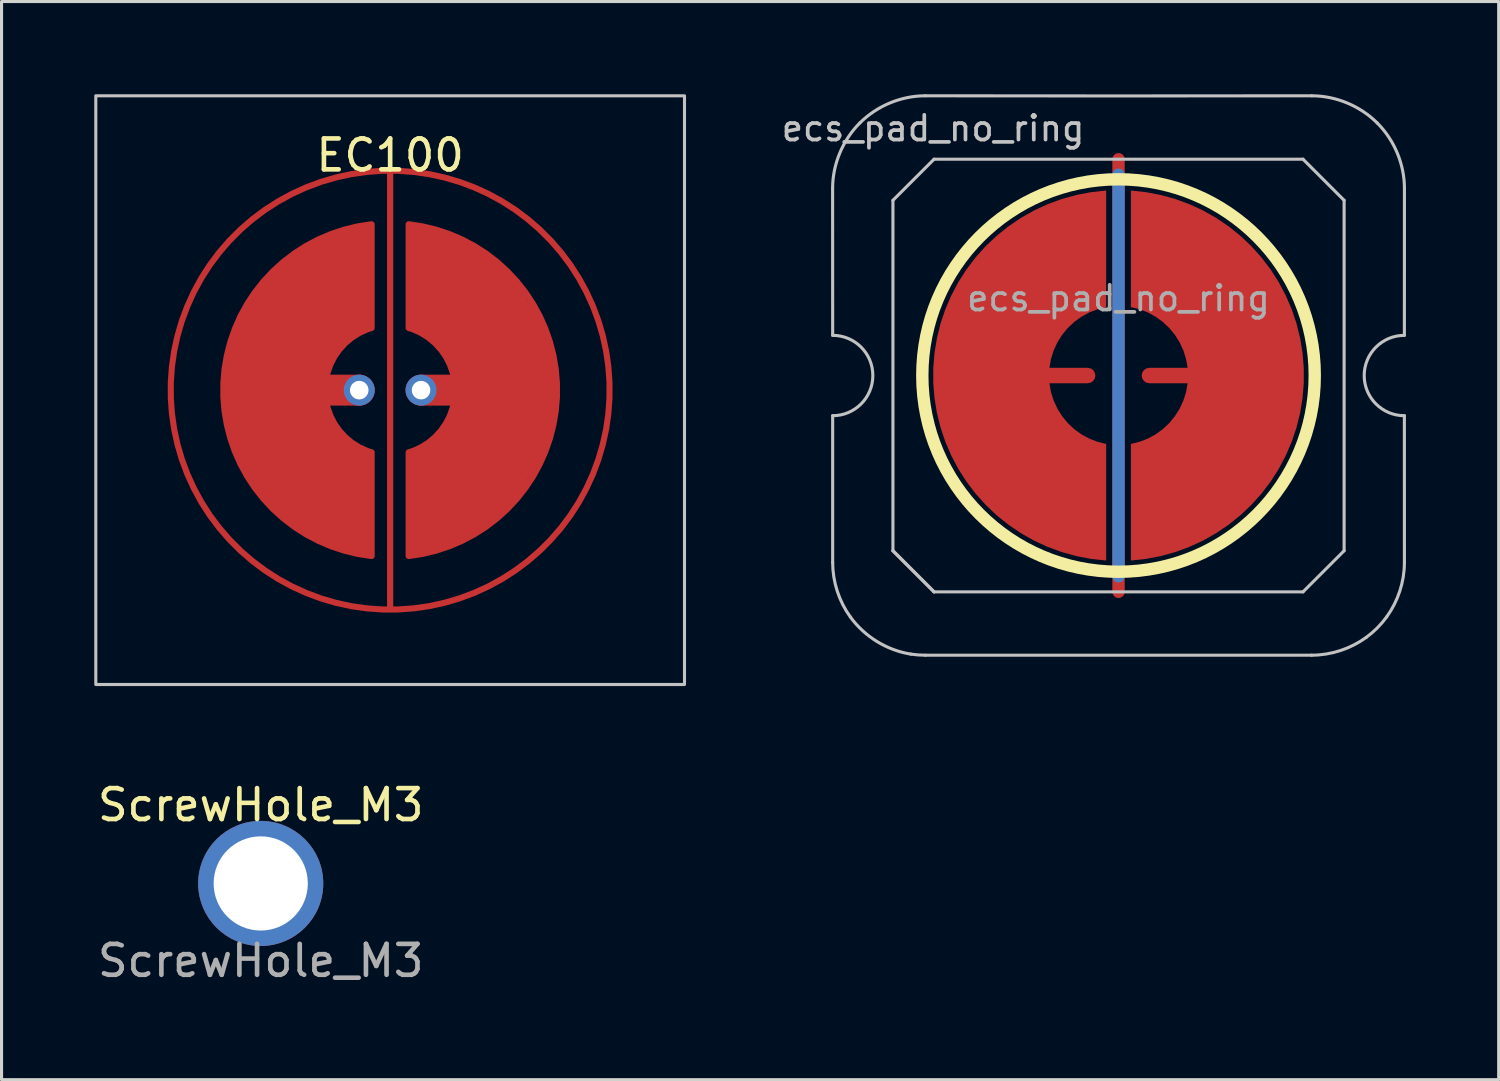
<source format=kicad_pcb>
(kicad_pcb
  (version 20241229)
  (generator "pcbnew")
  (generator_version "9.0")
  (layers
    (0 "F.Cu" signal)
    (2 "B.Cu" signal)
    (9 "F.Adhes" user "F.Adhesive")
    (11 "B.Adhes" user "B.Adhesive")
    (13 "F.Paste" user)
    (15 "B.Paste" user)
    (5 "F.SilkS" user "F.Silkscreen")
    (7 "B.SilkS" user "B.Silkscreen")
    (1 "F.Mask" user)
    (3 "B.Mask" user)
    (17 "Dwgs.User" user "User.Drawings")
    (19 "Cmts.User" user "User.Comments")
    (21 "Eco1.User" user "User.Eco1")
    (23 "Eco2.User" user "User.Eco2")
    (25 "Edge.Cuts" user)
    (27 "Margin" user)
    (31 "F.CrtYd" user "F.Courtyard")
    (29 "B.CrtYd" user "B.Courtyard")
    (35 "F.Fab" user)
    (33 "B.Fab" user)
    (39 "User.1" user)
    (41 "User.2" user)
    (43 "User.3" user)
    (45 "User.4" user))
  (footprint "EC100"
    (layer "F.Cu")
    (at 9.575 9.575)
    (property "Reference" "EC100" (at 0 -7.6 0) (layer "F.SilkS") (effects (font (size 1 1) (thickness 0.15))))
    (attr through_hole)
    (fp_rect (start -9.525 -9.525) (end 9.525 9.525) (stroke (width 0.1) (type solid)) (fill no) (layer "Dwgs.User"))
    (pad "" smd circle (at -1 0) (size 0.55 0.55) (layers "F.Mask"))
    (pad "" smd circle (at 1 0) (size 0.55 0.55) (layers "F.Mask"))
    (pad "1" smd custom (at 0 0 90) (size 0.2 0.2) (layers "F.Cu") (options (anchor circle)) (primitives (gr_line (start 7.1 0) (end -7.1 0) (width 0.2)) (gr_circle (center 0 0) (end 7.1 0) (width 0.2) (fill no))))
    (pad "2" smd custom (at -4.1 0) (size 0.2 0.2) (layers "F.Cu") (options (anchor circle)) (primitives (gr_poly (pts (xy 3.1 5.3) (xy 2.1 5) (xy 1.1 4.5) (xy 0.1 3.6) (xy -0.9 2) (xy -1.2 1) (xy -1.3 0) (xy -1.2 -1) (xy -0.9 -2) (xy 0.1 -3.6) (xy 1.1 -4.5) (xy 2.1 -5) (xy 3.1 -5.3) (xy 3.5 -5.367) (xy 3.5 -2.012) (xy 3.1 -1.8) (xy 2.2 -1) (xy 2 0) (xy 2.2 1) (xy 3.1 1.8) (xy 3.5 2.012) (xy 3.5 5.367)) (width 0) (fill yes)) (gr_line (start 3.1 0) (end 0.6 0) (width 1)) (gr_line (start 3.5 2.012) (end 3.5 5.367) (width 0.2)) (gr_line (start 3.5 -2.012) (end 3.5 -5.367) (width 0.2)) (gr_arc (start 3.5 5.366562) (mid -1.299999 0.001944) (end 3.496136 -5.366129) (width 0.2)) (gr_arc (start 3.5 2.01246) (mid 2.000002 0.001775) (end 3.496598 -2.011443) (width 0.2))))
    (pad "2" thru_hole circle (at -1 0) (size 1 1) (drill 0.6) (layers "*.Cu" "B.Mask"))
    (pad "3" thru_hole circle (at 1 0) (size 1 1) (drill 0.6) (layers "*.Cu" "B.Mask"))
    (pad "3" smd custom (at 4.1 0) (size 0.2 0.2) (layers "F.Cu") (options (anchor circle)) (primitives (gr_poly (pts (xy -3.1 -5.3) (xy -2.1 -5) (xy -1.1 -4.5) (xy -0.1 -3.6) (xy 0.9 -2) (xy 1.2 -1) (xy 1.3 0) (xy 1.2 1) (xy 0.9 2) (xy -0.1 3.6) (xy -1.1 4.5) (xy -2.1 5) (xy -3.5 5.367) (xy -3.5 2.012) (xy -3.1 1.8) (xy -2.2 1) (xy -2 0) (xy -2.2 -1) (xy -3.1 -1.8) (xy -3.5 -2.012) (xy -3.5 -5.367)) (width 0) (fill yes)) (gr_line (start -3.5 -2.012) (end -3.5 -5.367) (width 0.2)) (gr_arc (start -3.5 -2.01246) (mid -2.000002 -0.001775) (end -3.496598 2.011443) (width 0.2)) (gr_arc (start -3.5 -5.366562) (mid 1.299999 -0.001944) (end -3.496136 5.366129) (width 0.2)) (gr_line (start -3.5 2.012) (end -3.5 5.367) (width 0.2)) (gr_line (start -0.6 0) (end -3.1 0) (width 1))))
    (zone (net_name "") (layer "F.Cu") (hatch edge 0.508) (connect_pads) (min_thickness 0.254) (filled_areas_thickness no) (keepout (tracks allowed) (vias allowed) (pads allowed) (copperpour not_allowed) (footprints allowed)) (placement (enabled no)) (fill) (polygon (pts (xy 10.575 2.575) (xy 11.575 2.775) (xy 12.575 3.175) (xy 13.575 3.675) (xy 14.575 4.575) (xy 15.475 5.575) (xy 15.975 6.575) (xy 16.375 7.575) (xy 16.575 8.575) (xy 16.675 9.575) (xy 16.575 10.575) (xy 16.375 11.575) (xy 15.975 12.575) (xy 15.575 13.375) (xy 14.575 14.675) (xy 13.575 15.475) (xy 12.575 16.075) (xy 11.575 16.375) (xy 10.575 16.575) (xy 9.575 16.675) (xy 8.575 16.575) (xy 7.575 16.375) (xy 6.575 15.975) (xy 5.575 15.475) (xy 4.575 14.575) (xy 3.675 13.575) (xy 3.175 12.575) (xy 2.775 11.575) (xy 2.575 10.575) (xy 2.475 9.575) (xy 2.575 8.575) (xy 2.775 7.675) (xy 3.175 6.575) (xy 3.675 5.575) (xy 4.475 4.575) (xy 5.575 3.675) (xy 6.575 3.175) (xy 7.575 2.775) (xy 8.575 2.575) (xy 9.575 2.475)))))
  (footprint "ecs_pad_no_ring"
    (layer "F.Cu")
    (at 33.145 9.102)
    (property "Reference" "ecs_pad_no_ring" (at -6 -8 0) (layer "Dwgs.User") (effects (font (size 0.8 0.8) (thickness 0.12))))
    (attr smd exclude_from_pos_files exclude_from_bom)
    (fp_circle (center 0 0) (end 6.35 0) (stroke (width 0.4) (type solid)) (fill no) (layer "F.SilkS"))
    (fp_line (start -9.252 -6.05) (end -9.25 -1.3) (stroke (width 0.1) (type solid)) (layer "Dwgs.User"))
    (fp_line (start -9.25 1.3) (end -9.25 6.049) (stroke (width 0.1) (type solid)) (layer "Dwgs.User"))
    (fp_line (start -7.3 -5.67) (end -5.97 -7) (stroke (width 0.1) (type solid)) (layer "Dwgs.User"))
    (fp_line (start -7.3 5.67) (end -7.3 -5.67) (stroke (width 0.1) (type solid)) (layer "Dwgs.User"))
    (fp_line (start -7.3 5.67) (end -5.97 7) (stroke (width 0.1) (type solid)) (layer "Dwgs.User"))
    (fp_line (start -5.97 -7) (end 5.97 -7) (stroke (width 0.1) (type solid)) (layer "Dwgs.User"))
    (fp_line (start -5.97 7) (end -7.3 5.67) (stroke (width 0.1) (type solid)) (layer "Dwgs.User"))
    (fp_line (start 5.97 -7) (end 7.3 -5.67) (stroke (width 0.1) (type solid)) (layer "Dwgs.User"))
    (fp_line (start 5.97 7) (end -5.97 7) (stroke (width 0.1) (type solid)) (layer "Dwgs.User"))
    (fp_line (start 7.3 -5.67) (end 7.3 5.67) (stroke (width 0.1) (type solid)) (layer "Dwgs.User"))
    (fp_line (start 7.3 5.67) (end 5.97 7) (stroke (width 0.1) (type solid)) (layer "Dwgs.User"))
    (fp_line (start 9.25 1.3) (end 9.251 6.049) (stroke (width 0.1) (type solid)) (layer "Dwgs.User"))
    (fp_line (start 9.252 -6.05) (end 9.25 -1.3) (stroke (width 0.1) (type solid)) (layer "Dwgs.User"))
    (fp_arc (start -9.25 -1.3) (mid -7.95 0) (end -9.25 1.3) (stroke (width 0.1) (type solid)) (layer "Dwgs.User"))
    (fp_arc (start 9.25 1.3) (mid 7.95 0) (end 9.25 -1.3) (stroke (width 0.1) (type solid)) (layer "Dwgs.User"))
    (fp_curve (pts (xy -9.25 6.049) (xy -9.25 6.677) (xy -9.046 7.307) (xy -8.677 7.814)) (stroke (width 0.1) (type solid)) (layer "Dwgs.User"))
    (fp_curve (pts (xy -8.677 7.814) (xy -8.215 8.449) (xy -7.496 8.893) (xy -6.72 9.015)) (stroke (width 0.1) (type solid)) (layer "Dwgs.User"))
    (fp_curve (pts (xy -8.372 -8.172) (xy -8.926 -7.618) (xy -9.254 -6.836) (xy -9.252 -6.05)) (stroke (width 0.1) (type solid)) (layer "Dwgs.User"))
    (fp_curve (pts (xy -6.72 9.015) (xy -6.564 9.039) (xy -6.407 9.05) (xy -6.25 9.05)) (stroke (width 0.1) (type solid)) (layer "Dwgs.User"))
    (fp_curve (pts (xy -6.25 9.05) (xy -2.118 9.052) (xy 2.117 9.05) (xy 6.25 9.05)) (stroke (width 0.1) (type solid)) (layer "Dwgs.User"))
    (fp_curve (pts (xy -6.25 -9.052) (xy -7.035 -9.053) (xy -7.817 -8.726) (xy -8.372 -8.172)) (stroke (width 0.1) (type solid)) (layer "Dwgs.User"))
    (fp_curve (pts (xy 6.25 -9.052) (xy 2.116 -9.046) (xy -2.116 -9.046) (xy -6.25 -9.052)) (stroke (width 0.1) (type solid)) (layer "Dwgs.User"))
    (fp_curve (pts (xy 6.25 9.05) (xy 6.878 9.05) (xy 7.504 8.844) (xy 8.013 8.476)) (stroke (width 0.1) (type solid)) (layer "Dwgs.User"))
    (fp_curve (pts (xy 8.013 8.476) (xy 8.267 8.291) (xy 8.492 8.066) (xy 8.676 7.812)) (stroke (width 0.1) (type solid)) (layer "Dwgs.User"))
    (fp_curve (pts (xy 8.372 -8.172) (xy 7.817 -8.726) (xy 7.035 -9.053) (xy 6.25 -9.052)) (stroke (width 0.1) (type solid)) (layer "Dwgs.User"))
    (fp_curve (pts (xy 8.676 7.812) (xy 9.045 7.303) (xy 9.251 6.678) (xy 9.251 6.049)) (stroke (width 0.1) (type solid)) (layer "Dwgs.User"))
    (fp_curve (pts (xy 9.252 -6.05) (xy 9.254 -6.836) (xy 8.926 -7.618) (xy 8.372 -8.172)) (stroke (width 0.1) (type solid)) (layer "Dwgs.User"))
    (fp_text user "${REFERENCE}" (at 0 -2.5 0) (layer "F.Fab") (effects (font (size 0.8 0.8) (thickness 0.12))))
    (pad "1" smd custom (at -1 0) (size 0.4 0.4) (layers "F.Cu") (options (anchor circle)) (primitives (gr_poly (pts (xy 0.6 -2.214) (xy 0.32 -2.145) (xy 0.052 -2.041) (xy -0.201 -1.903) (xy -0.434 -1.734) (xy -0.644 -1.536) (xy -0.826 -1.314) (xy -0.979 -1.07) (xy -1.1 -0.808) (xy -1.186 -0.534) (xy -1.236 -0.25) (xy 0 -0.25) (xy 0.096 -0.231) (xy 0.177 -0.177) (xy 0.231 -0.096) (xy 0.25 0) (xy 0.231 0.096) (xy 0.177 0.177) (xy 0.096 0.231) (xy 0 0.25) (xy -1.236 0.25) (xy -1.186 0.534) (xy -1.1 0.808) (xy -0.979 1.07) (xy -0.826 1.314) (xy -0.644 1.536) (xy -0.434 1.734) (xy -0.201 1.903) (xy 0.052 2.041) (xy 0.32 2.145) (xy 0.6 2.214) (xy 0.6 5.987) (xy 0.115 5.934) (xy -0.364 5.843) (xy -0.834 5.713) (xy -1.292 5.545) (xy -1.735 5.341) (xy -2.159 5.101) (xy -2.563 4.827) (xy -2.943 4.522) (xy -3.298 4.187) (xy -3.623 3.824) (xy -3.919 3.436) (xy -4.182 3.025) (xy -4.41 2.594) (xy -4.603 2.147) (xy -4.759 1.684) (xy -4.876 1.211) (xy -4.955 0.73) (xy -4.995 0.244) (xy -4.995 -0.244) (xy -4.955 -0.73) (xy -4.876 -1.211) (xy -4.759 -1.684) (xy -4.603 -2.147) (xy -4.41 -2.594) (xy -4.182 -3.025) (xy -3.919 -3.436) (xy -3.623 -3.824) (xy -3.298 -4.187) (xy -2.943 -4.522) (xy -2.563 -4.827) (xy -2.159 -5.101) (xy -1.735 -5.341) (xy -1.292 -5.545) (xy -0.834 -5.713) (xy -0.364 -5.843) (xy 0.115 -5.934) (xy 0.6 -5.987)) (width 0) (fill yes))))
    (pad "2" smd custom (at 1 0 180) (size 0.4 0.4) (layers "F.Cu") (options (anchor circle)) (primitives (gr_poly (pts (xy 0.6 -2.214) (xy 0.32 -2.145) (xy 0.052 -2.041) (xy -0.201 -1.903) (xy -0.434 -1.734) (xy -0.644 -1.536) (xy -0.826 -1.314) (xy -0.979 -1.07) (xy -1.1 -0.808) (xy -1.186 -0.534) (xy -1.236 -0.25) (xy 0 -0.25) (xy 0.096 -0.231) (xy 0.177 -0.177) (xy 0.231 -0.096) (xy 0.25 0) (xy 0.231 0.096) (xy 0.177 0.177) (xy 0.096 0.231) (xy 0 0.25) (xy -1.236 0.25) (xy -1.186 0.534) (xy -1.1 0.808) (xy -0.979 1.07) (xy -0.826 1.314) (xy -0.644 1.536) (xy -0.434 1.734) (xy -0.201 1.903) (xy 0.052 2.041) (xy 0.32 2.145) (xy 0.6 2.214) (xy 0.6 5.987) (xy 0.115 5.934) (xy -0.364 5.843) (xy -0.834 5.713) (xy -1.292 5.545) (xy -1.735 5.341) (xy -2.159 5.101) (xy -2.563 4.827) (xy -2.943 4.522) (xy -3.298 4.187) (xy -3.623 3.824) (xy -3.919 3.436) (xy -4.182 3.025) (xy -4.41 2.594) (xy -4.603 2.147) (xy -4.759 1.684) (xy -4.876 1.211) (xy -4.955 0.73) (xy -4.995 0.244) (xy -4.995 -0.244) (xy -4.955 -0.73) (xy -4.876 -1.211) (xy -4.759 -1.684) (xy -4.603 -2.147) (xy -4.41 -2.594) (xy -4.182 -3.025) (xy -3.919 -3.436) (xy -3.623 -3.824) (xy -3.298 -4.187) (xy -2.943 -4.522) (xy -2.563 -4.827) (xy -2.159 -5.101) (xy -1.735 -5.341) (xy -1.292 -5.545) (xy -0.834 -5.713) (xy -0.364 -5.843) (xy 0.115 -5.934) (xy 0.6 -5.987)) (width 0) (fill yes))))
    (pad "3" smd custom (at 0 0) (size 0.4 0.4) (layers "F.Cu") (options (anchor rect)) (primitives (gr_line (start 0 -7) (end 0 7) (width 0.4))))
    (pad "3" smd custom (at 0 0) (size 0.4 0.4) (layers "B.Cu") (options (anchor rect)) (primitives (gr_line (start 0 -6.5) (end 0 6.5) (width 0.4))))
    (zone (net_name "") (layer "F.Cu") (hatch edge 0.508) (connect_pads) (min_thickness 0.254) (filled_areas_thickness no) (keepout (tracks allowed) (vias allowed) (pads allowed) (copperpour not_allowed) (footprints allowed)) (placement (enabled no)) (fill) (polygon (pts (xy 40.15 9.102) (xy 40.131 8.589) (xy 40.075 8.078) (xy 39.981 7.574) (xy 39.851 7.077) (xy 39.685 6.591) (xy 39.483 6.119) (xy 39.248 5.663) (xy 38.98 5.225) (xy 38.68 4.808) (xy 38.351 4.415) (xy 37.994 4.046) (xy 37.61 3.704) (xy 37.203 3.392) (xy 36.774 3.11) (xy 36.325 2.86) (xy 35.86 2.644) (xy 35.38 2.463) (xy 34.887 2.317) (xy 34.386 2.208) (xy 33.877 2.135) (xy 33.365 2.1) (xy 32.852 2.103) (xy 32.34 2.143) (xy 31.833 2.221) (xy 31.332 2.335) (xy 30.842 2.486) (xy 30.363 2.673) (xy 29.9 2.894) (xy 29.454 3.148) (xy 29.028 3.435) (xy 28.624 3.751) (xy 28.244 4.097) (xy 27.891 4.469) (xy 27.566 4.867) (xy 27.27 5.287) (xy 27.007 5.727) (xy 26.776 6.186) (xy 26.58 6.66) (xy 26.418 7.147) (xy 26.293 7.645) (xy 26.205 8.151) (xy 26.154 8.662) (xy 26.141 9.175) (xy 26.165 9.688) (xy 26.227 10.198) (xy 26.325 10.701) (xy 26.461 11.196) (xy 26.632 11.68) (xy 26.839 12.15) (xy 27.079 12.604) (xy 27.352 13.039) (xy 27.656 13.453) (xy 27.989 13.843) (xy 28.35 14.208) (xy 28.737 14.546) (xy 29.147 14.854) (xy 29.579 15.131) (xy 30.031 15.376) (xy 30.498 15.587) (xy 30.981 15.764) (xy 31.474 15.904) (xy 31.977 16.009) (xy 32.486 16.076) (xy 32.999 16.105) (xy 33.512 16.097) (xy 34.023 16.051) (xy 34.53 15.968) (xy 35.029 15.849) (xy 35.518 15.692) (xy 35.994 15.501) (xy 36.455 15.275) (xy 36.899 15.016) (xy 37.322 14.725) (xy 37.722 14.404) (xy 38.098 14.055) (xy 38.448 13.679) (xy 38.769 13.278) (xy 39.06 12.855) (xy 39.319 12.412) (xy 39.545 11.951) (xy 39.736 11.475) (xy 39.892 10.985) (xy 40.012 10.486) (xy 40.095 9.98) (xy 40.141 9.468))))
    (zone (net_name "") (layer "B.Cu") (hatch edge 0.508) (connect_pads) (min_thickness 0.254) (filled_areas_thickness no) (keepout (tracks allowed) (vias allowed) (pads allowed) (copperpour not_allowed) (footprints allowed)) (placement (enabled no)) (fill) (polygon (pts (xy 39.703 9.102) (xy 39.683 8.587) (xy 39.623 8.076) (xy 39.522 7.571) (xy 39.383 7.075) (xy 39.204 6.592) (xy 38.989 6.124) (xy 38.737 5.675) (xy 38.451 5.247) (xy 38.132 4.842) (xy 37.783 4.464) (xy 37.404 4.115) (xy 37 3.796) (xy 36.572 3.51) (xy 36.123 3.258) (xy 35.655 3.043) (xy 35.172 2.864) (xy 34.676 2.725) (xy 34.171 2.624) (xy 33.66 2.564) (xy 33.145 2.543) (xy 32.631 2.564) (xy 32.119 2.624) (xy 31.614 2.725) (xy 31.119 2.864) (xy 30.636 3.043) (xy 30.168 3.258) (xy 29.719 3.51) (xy 29.29 3.796) (xy 28.886 4.115) (xy 28.508 4.464) (xy 28.158 4.842) (xy 27.839 5.247) (xy 27.553 5.675) (xy 27.302 6.124) (xy 27.086 6.592) (xy 26.908 7.075) (xy 26.768 7.571) (xy 26.668 8.076) (xy 26.607 8.587) (xy 26.587 9.102) (xy 26.607 9.616) (xy 26.668 10.128) (xy 26.768 10.633) (xy 26.908 11.128) (xy 27.086 11.611) (xy 27.302 12.079) (xy 27.553 12.528) (xy 27.839 12.957) (xy 28.158 13.361) (xy 28.508 13.739) (xy 28.886 14.089) (xy 29.29 14.407) (xy 29.719 14.694) (xy 30.168 14.945) (xy 30.636 15.161) (xy 31.119 15.339) (xy 31.614 15.479) (xy 32.119 15.579) (xy 32.631 15.64) (xy 33.145 15.66) (xy 33.66 15.64) (xy 34.171 15.579) (xy 34.676 15.479) (xy 35.172 15.339) (xy 35.655 15.161) (xy 36.123 14.945) (xy 36.572 14.694) (xy 37 14.407) (xy 37.404 14.089) (xy 37.783 13.739) (xy 38.132 13.361) (xy 38.451 12.957) (xy 38.737 12.528) (xy 38.989 12.079) (xy 39.204 11.611) (xy 39.383 11.128) (xy 39.522 10.633) (xy 39.623 10.128) (xy 39.683 9.616)))))
  (footprint "ScrewHole_M3"
    (layer "F.Cu")
    (at 5.387 25.538)
    (property "Reference" "ScrewHole_M3" (at 0 -2.54 0) (unlocked yes) (layer "F.SilkS") (effects (font (size 1 1) (thickness 0.15))))
    (attr through_hole)
    (fp_text user "${REFERENCE}" (at 0 2.5 0) (unlocked yes) (layer "F.Fab") (effects (font (size 1 1) (thickness 0.15))))
    (pad "1" thru_hole circle (at 0 0) (size 4.048 4.048) (drill 3.048) (layers "*.Cu" "*.Mask")))
  (gr_rect
    (start -3 -3)
    (end 45.447 31.887)
    (stroke (width 0.1) (type default))
    (fill no)
    (layer "Edge.Cuts")))
</source>
